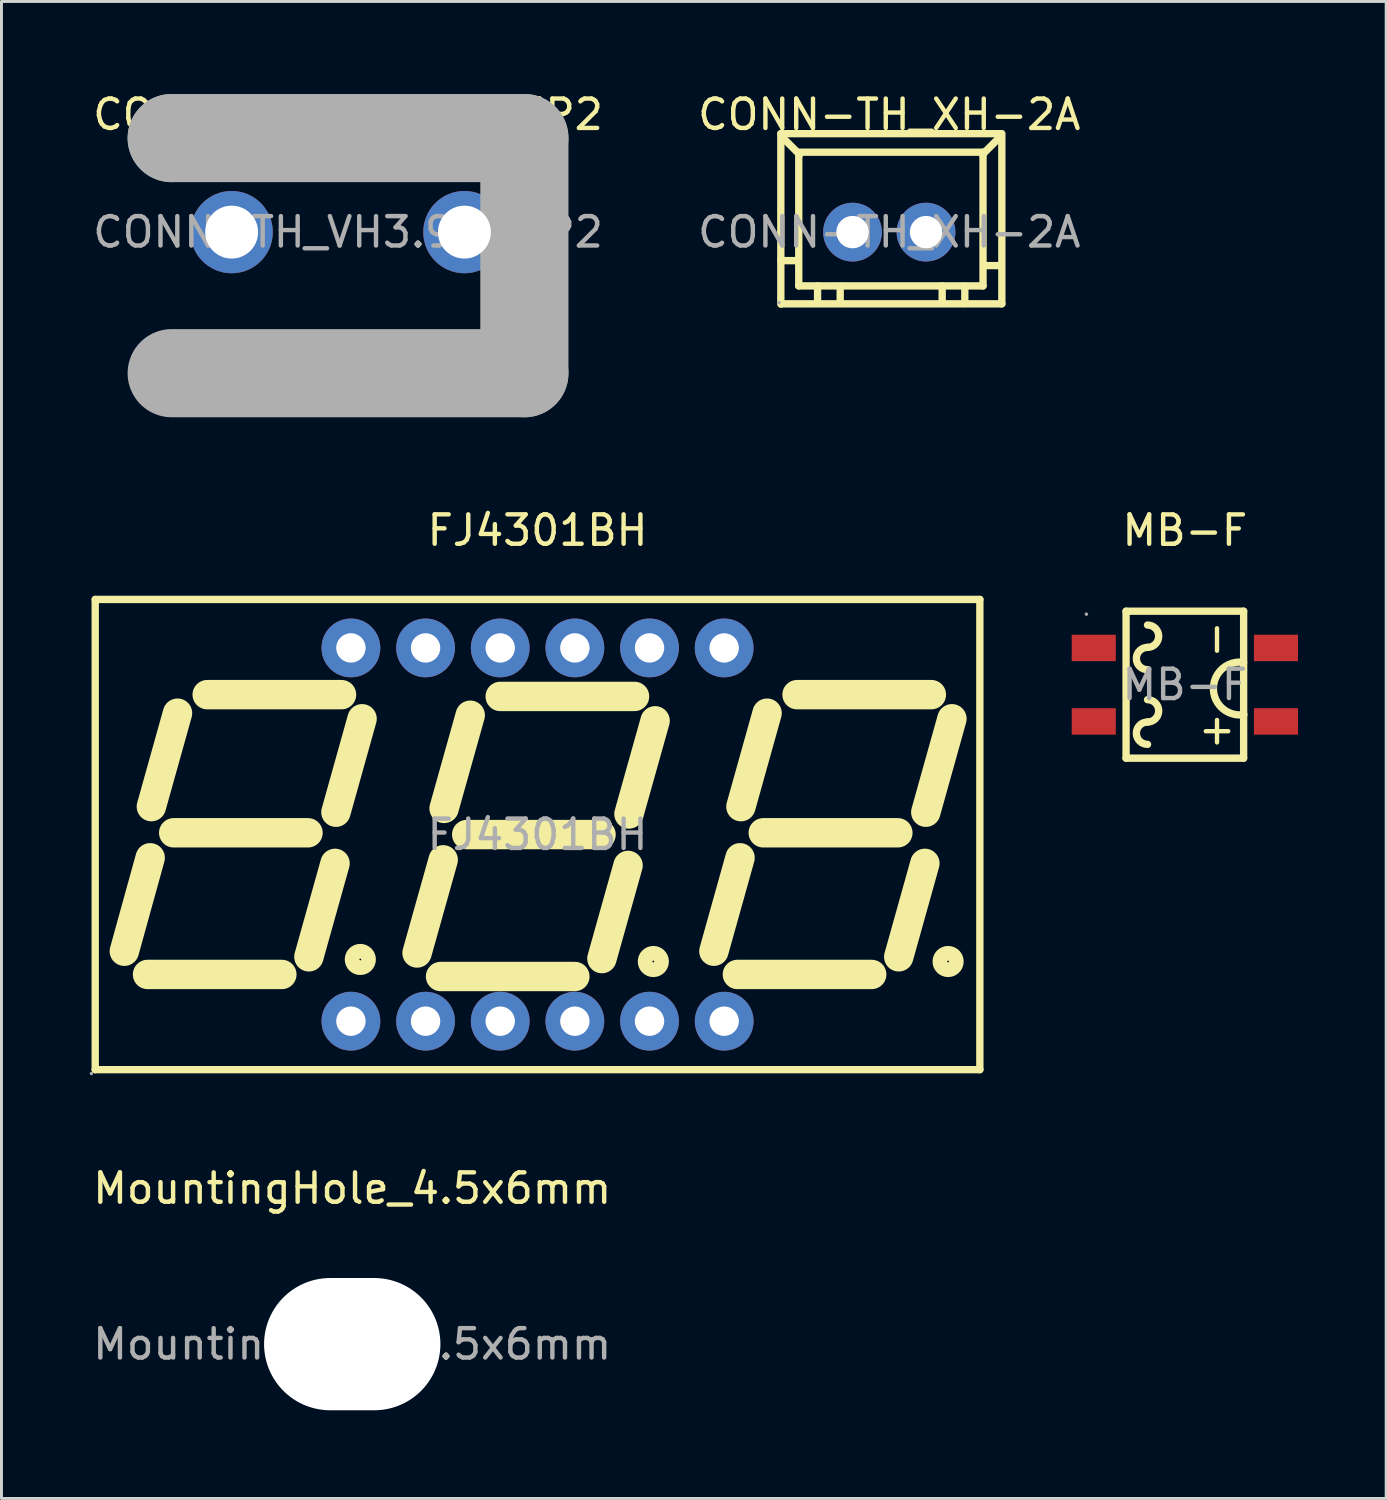
<source format=kicad_pcb>
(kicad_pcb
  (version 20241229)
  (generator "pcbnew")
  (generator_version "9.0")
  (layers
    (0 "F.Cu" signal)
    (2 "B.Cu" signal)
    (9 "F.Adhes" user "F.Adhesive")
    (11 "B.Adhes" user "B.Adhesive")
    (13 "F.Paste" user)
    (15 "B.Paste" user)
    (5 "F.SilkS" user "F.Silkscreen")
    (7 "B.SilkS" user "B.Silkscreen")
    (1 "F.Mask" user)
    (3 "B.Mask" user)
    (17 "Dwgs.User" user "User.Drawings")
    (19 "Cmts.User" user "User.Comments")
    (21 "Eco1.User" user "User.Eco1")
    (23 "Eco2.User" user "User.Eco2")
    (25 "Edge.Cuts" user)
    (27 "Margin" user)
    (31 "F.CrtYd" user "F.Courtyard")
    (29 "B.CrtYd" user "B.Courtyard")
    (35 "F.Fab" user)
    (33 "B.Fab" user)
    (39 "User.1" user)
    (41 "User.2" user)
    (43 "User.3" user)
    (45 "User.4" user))
  (footprint "CONN-TH_XH-2A"
    (layer "F.Cu")
    (at 27.208 4.848)
    (property "Reference" "CONN-TH_XH-2A" (at 0 -4 0) (layer "F.SilkS") (effects (font (size 1 1) (thickness 0.15))))
    (attr through_hole)
    (fp_line (start -3.69 -3.35) (end -3.69 2.45) (stroke (width 0.25) (type solid)) (layer "F.SilkS"))
    (fp_line (start -3.69 -3.35) (end 3.81 -3.35) (stroke (width 0.25) (type solid)) (layer "F.SilkS"))
    (fp_line (start -3.69 0.97) (end -3.1 0.97) (stroke (width 0.25) (type solid)) (layer "F.SilkS"))
    (fp_line (start -3.67 2.44) (end 3.83 2.44) (stroke (width 0.25) (type solid)) (layer "F.SilkS"))
    (fp_line (start -3.66 -3.33) (end -3.66 -3.25) (stroke (width 0.25) (type solid)) (layer "F.SilkS"))
    (fp_line (start -3.66 -3.25) (end -3.05 -2.64) (stroke (width 0.25) (type solid)) (layer "F.SilkS"))
    (fp_line (start -3.08 -2.72) (end 3.19 -2.72) (stroke (width 0.25) (type solid)) (layer "F.SilkS"))
    (fp_line (start -3.08 -2.69) (end -3.05 -2.69) (stroke (width 0.25) (type solid)) (layer "F.SilkS"))
    (fp_line (start -3.08 1.83) (end -3.08 -2.69) (stroke (width 0.25) (type solid)) (layer "F.SilkS"))
    (fp_line (start -2.44 2.41) (end -2.44 1.83) (stroke (width 0.25) (type solid)) (layer "F.SilkS"))
    (fp_line (start -1.67 2.43) (end -1.67 1.84) (stroke (width 0.25) (type solid)) (layer "F.SilkS"))
    (fp_line (start 1.8 2.41) (end 1.8 1.83) (stroke (width 0.25) (type solid)) (layer "F.SilkS"))
    (fp_line (start 2.57 2.43) (end 2.57 1.84) (stroke (width 0.25) (type solid)) (layer "F.SilkS"))
    (fp_line (start 3.19 -2.72) (end 3.19 1.83) (stroke (width 0.25) (type solid)) (layer "F.SilkS"))
    (fp_line (start 3.19 1.83) (end -3.08 1.83) (stroke (width 0.25) (type solid)) (layer "F.SilkS"))
    (fp_line (start 3.22 1.14) (end 3.8 1.14) (stroke (width 0.25) (type solid)) (layer "F.SilkS"))
    (fp_line (start 3.78 -3.33) (end 3.78 -3.25) (stroke (width 0.25) (type solid)) (layer "F.SilkS"))
    (fp_line (start 3.78 -3.25) (end 3.17 -2.64) (stroke (width 0.25) (type solid)) (layer "F.SilkS"))
    (fp_line (start 3.83 -3.35) (end 3.83 2.44) (stroke (width 0.25) (type solid)) (layer "F.SilkS"))
    (fp_circle (center -3.75 2.4) (end -3.72 2.4) (stroke (width 0.06) (type solid)) (fill no) (layer "F.Fab"))
    (fp_text user "${REFERENCE}" (at 0 0 0) (layer "F.Fab") (effects (font (size 1 1) (thickness 0.15))))
    (pad "1" thru_hole circle (at -1.25 0) (size 2 2) (drill 1.1) (layers "*.Cu" "*.Mask"))
    (pad "2" thru_hole circle (at 1.25 0) (size 2 2) (drill 1.1) (layers "*.Cu" "*.Mask")))
  (footprint "FJ4301BH"
    (layer "F.Cu")
    (at 15.24 25.346)
    (property "Reference" "FJ4301BH" (at 0 -10.35 0) (layer "F.SilkS") (effects (font (size 1 1) (thickness 0.15))))
    (attr through_hole)
    (fp_line (start -15.05 -8) (end -15.05 8) (stroke (width 0.25) (type solid)) (layer "F.SilkS"))
    (fp_line (start -15.05 -8) (end 15.05 -8) (stroke (width 0.25) (type solid)) (layer "F.SilkS"))
    (fp_line (start -13.27 4.76) (end -8.7 4.76) (stroke (width 1) (type solid)) (layer "F.SilkS"))
    (fp_line (start -13.18 0.79) (end -14.06 3.97) (stroke (width 1) (type solid)) (layer "F.SilkS"))
    (fp_line (start -12.38 -0.06) (end -7.81 -0.06) (stroke (width 1) (type solid)) (layer "F.SilkS"))
    (fp_line (start -12.25 -4.13) (end -13.14 -0.95) (stroke (width 1) (type solid)) (layer "F.SilkS"))
    (fp_line (start -11.24 -4.76) (end -6.67 -4.76) (stroke (width 1) (type solid)) (layer "F.SilkS"))
    (fp_line (start -6.89 0.98) (end -7.78 4.16) (stroke (width 1) (type solid)) (layer "F.SilkS"))
    (fp_line (start -5.97 -3.94) (end -6.86 -0.76) (stroke (width 1) (type solid)) (layer "F.SilkS"))
    (fp_line (start -3.3 4.83) (end 1.27 4.83) (stroke (width 1) (type solid)) (layer "F.SilkS"))
    (fp_line (start -3.21 0.86) (end -4.1 4.03) (stroke (width 1) (type solid)) (layer "F.SilkS"))
    (fp_line (start -2.41 0) (end 2.16 0) (stroke (width 1) (type solid)) (layer "F.SilkS"))
    (fp_line (start -2.29 -4.06) (end -3.18 -0.89) (stroke (width 1) (type solid)) (layer "F.SilkS"))
    (fp_line (start -1.27 -4.7) (end 3.3 -4.7) (stroke (width 1) (type solid)) (layer "F.SilkS"))
    (fp_line (start 3.08 1.05) (end 2.19 4.22) (stroke (width 1) (type solid)) (layer "F.SilkS"))
    (fp_line (start 4 -3.87) (end 3.11 -0.7) (stroke (width 1) (type solid)) (layer "F.SilkS"))
    (fp_line (start 6.8 4.76) (end 11.37 4.76) (stroke (width 1) (type solid)) (layer "F.SilkS"))
    (fp_line (start 6.89 0.79) (end 6 3.97) (stroke (width 1) (type solid)) (layer "F.SilkS"))
    (fp_line (start 7.68 -0.06) (end 12.26 -0.06) (stroke (width 1) (type solid)) (layer "F.SilkS"))
    (fp_line (start 7.81 -4.13) (end 6.92 -0.95) (stroke (width 1) (type solid)) (layer "F.SilkS"))
    (fp_line (start 8.83 -4.76) (end 13.4 -4.76) (stroke (width 1) (type solid)) (layer "F.SilkS"))
    (fp_line (start 13.18 0.98) (end 12.29 4.16) (stroke (width 1) (type solid)) (layer "F.SilkS"))
    (fp_line (start 14.1 -3.94) (end 13.21 -0.76) (stroke (width 1) (type solid)) (layer "F.SilkS"))
    (fp_line (start 15.05 -8) (end 15.05 8) (stroke (width 0.25) (type solid)) (layer "F.SilkS"))
    (fp_line (start 15.05 8) (end -15.05 8) (stroke (width 0.25) (type solid)) (layer "F.SilkS"))
    (fp_circle (center -6.03 4.25) (end -5.75 4.25) (stroke (width 0.5) (type solid)) (fill no) (layer "F.SilkS"))
    (fp_circle (center 3.94 4.32) (end 4.22 4.32) (stroke (width 0.5) (type solid)) (fill no) (layer "F.SilkS"))
    (fp_circle (center 13.97 4.32) (end 14.25 4.32) (stroke (width 0.5) (type solid)) (fill no) (layer "F.SilkS"))
    (fp_circle (center -15.18 8.13) (end -15.15 8.13) (stroke (width 0.06) (type solid)) (fill no) (layer "F.Fab"))
    (fp_circle (center -6.35 -6.35) (end -6.15 -6.35) (stroke (width 0.4) (type solid)) (fill no) (layer "F.Fab"))
    (fp_circle (center -6.35 6.35) (end -6.15 6.35) (stroke (width 0.4) (type solid)) (fill no) (layer "F.Fab"))
    (fp_circle (center -3.81 -6.35) (end -3.61 -6.35) (stroke (width 0.4) (type solid)) (fill no) (layer "F.Fab"))
    (fp_circle (center -3.81 6.35) (end -3.61 6.35) (stroke (width 0.4) (type solid)) (fill no) (layer "F.Fab"))
    (fp_circle (center -1.27 -6.35) (end -1.07 -6.35) (stroke (width 0.4) (type solid)) (fill no) (layer "F.Fab"))
    (fp_circle (center -1.27 6.35) (end -1.07 6.35) (stroke (width 0.4) (type solid)) (fill no) (layer "F.Fab"))
    (fp_circle (center 1.27 -6.35) (end 1.47 -6.35) (stroke (width 0.4) (type solid)) (fill no) (layer "F.Fab"))
    (fp_circle (center 1.27 6.35) (end 1.47 6.35) (stroke (width 0.4) (type solid)) (fill no) (layer "F.Fab"))
    (fp_circle (center 3.81 -6.35) (end 4.01 -6.35) (stroke (width 0.4) (type solid)) (fill no) (layer "F.Fab"))
    (fp_circle (center 3.81 6.35) (end 4.01 6.35) (stroke (width 0.4) (type solid)) (fill no) (layer "F.Fab"))
    (fp_circle (center 6.35 -6.35) (end 6.55 -6.35) (stroke (width 0.4) (type solid)) (fill no) (layer "F.Fab"))
    (fp_circle (center 6.35 6.35) (end 6.55 6.35) (stroke (width 0.4) (type solid)) (fill no) (layer "F.Fab"))
    (fp_text user "${REFERENCE}" (at 0 0 0) (layer "F.Fab") (effects (font (size 1 1) (thickness 0.15))))
    (pad "1" thru_hole circle (at -6.35 6.35) (size 2 2) (drill 1) (layers "*.Cu" "*.Mask"))
    (pad "2" thru_hole circle (at -3.81 6.35) (size 2 2) (drill 1) (layers "*.Cu" "*.Mask"))
    (pad "3" thru_hole circle (at -1.27 6.35) (size 2 2) (drill 1) (layers "*.Cu" "*.Mask"))
    (pad "4" thru_hole circle (at 1.27 6.35) (size 2 2) (drill 1) (layers "*.Cu" "*.Mask"))
    (pad "5" thru_hole circle (at 3.81 6.35) (size 2 2) (drill 1) (layers "*.Cu" "*.Mask"))
    (pad "6" thru_hole circle (at 6.35 6.35) (size 2 2) (drill 1) (layers "*.Cu" "*.Mask"))
    (pad "7" thru_hole circle (at 6.35 -6.35) (size 2 2) (drill 1) (layers "*.Cu" "*.Mask"))
    (pad "8" thru_hole circle (at 3.81 -6.35) (size 2 2) (drill 1) (layers "*.Cu" "*.Mask"))
    (pad "9" thru_hole circle (at 1.27 -6.35) (size 2 2) (drill 1) (layers "*.Cu" "*.Mask"))
    (pad "10" thru_hole circle (at -1.27 -6.35) (size 2 2) (drill 1) (layers "*.Cu" "*.Mask"))
    (pad "11" thru_hole circle (at -3.81 -6.35) (size 2 2) (drill 1) (layers "*.Cu" "*.Mask"))
    (pad "12" thru_hole circle (at -6.35 -6.35) (size 2 2) (drill 1) (layers "*.Cu" "*.Mask")))
  (footprint "MountingHole_4.5x6mm"
    (layer "F.Cu")
    (at 8.935 42.685)
    (property "Reference" "MountingHole_4.5x6mm" (at 0 -5.3 0) (layer "F.SilkS") (effects (font (size 1 1) (thickness 0.15))))
    (attr exclude_from_pos_files exclude_from_bom)
    (fp_text user "${REFERENCE}" (at 0 0 0) (layer "F.Fab") (effects (font (size 1 1) (thickness 0.15))))
    (pad "" np_thru_hole oval (at 0 0) (size 6 4.5) (drill oval 6 4.5) (layers "*.Cu" "*.Mask")))
  (footprint "CONN-TH_VH3.96-3P2"
    (layer "F.Cu")
    (at 8.792 4.848)
    (property "Reference" "CONN-TH_VH3.96-3P2" (at 0 -4 0) (layer "F.SilkS") (effects (font (size 1 1) (thickness 0.15))))
    (attr smd)
    (fp_line (start -5.84 -2.03) (end 5.84 -2.03) (stroke (width 0.25) (type solid)) (layer "F.SilkS"))
    (fp_line (start -6 -3.2) (end -6 -3.2) (stroke (width 3) (type solid)) (layer "F.Fab"))
    (fp_line (start -6 -3.2) (end 6 -3.2) (stroke (width 3) (type solid)) (layer "F.Fab"))
    (fp_line (start 6 -3.2) (end 6 4.8) (stroke (width 3) (type solid)) (layer "F.Fab"))
    (fp_line (start 6 4.8) (end -6 4.8) (stroke (width 3) (type solid)) (layer "F.Fab"))
    (fp_circle (center -5.96 4.8) (end -5.93 4.8) (stroke (width 0.06) (type solid)) (fill no) (layer "F.Fab"))
    (fp_text user "${REFERENCE}" (at 0 0 0) (layer "F.Fab") (effects (font (size 1 1) (thickness 0.15))))
    (pad "1" thru_hole circle (at -3.96 0) (size 2.8 2.8) (drill 1.8) (layers "*.Cu" "*.Paste" "*.Mask"))
    (pad "2" thru_hole circle (at 3.96 0) (size 2.8 2.8) (drill 1.8) (layers "*.Cu" "*.Paste" "*.Mask")))
  (footprint "MB-F"
    (layer "F.Cu")
    (at 37.265 20.247)
    (property "Reference" "MB-F" (at 0 -5.25 0) (layer "F.SilkS") (effects (font (size 1 1) (thickness 0.15))))
    (attr smd)
    (fp_line (start -2 -2.5) (end -2 2.5) (stroke (width 0.25) (type solid)) (layer "F.SilkS"))
    (fp_line (start -2 -2.5) (end 2 -2.5) (stroke (width 0.25) (type solid)) (layer "F.SilkS"))
    (fp_line (start 2 2.5) (end -2 2.5) (stroke (width 0.25) (type solid)) (layer "F.SilkS"))
    (fp_line (start 2 2.5) (end 2 -2.5) (stroke (width 0.25) (type solid)) (layer "F.SilkS"))
    (fp_arc (start -1.27 -2.03) (mid -0.89 -1.65) (end -1.27 -1.27) (stroke (width 0.25) (type solid)) (layer "F.SilkS"))
    (fp_arc (start -1.27 -0.51) (mid -1.65 -0.89) (end -1.27 -1.27) (stroke (width 0.25) (type solid)) (layer "F.SilkS"))
    (fp_arc (start -1.27 0.51) (mid -0.89 0.89) (end -1.27 1.27) (stroke (width 0.25) (type solid)) (layer "F.SilkS"))
    (fp_arc (start -1.27 2.03) (mid -1.65 1.65) (end -1.27 1.27) (stroke (width 0.25) (type solid)) (layer "F.SilkS"))
    (fp_arc (start 2.007443 1.018881) (mid 0.970564 0.133763) (end 2 -0.76) (stroke (width 0.25) (type solid)) (layer "F.SilkS"))
    (fp_circle (center -3.35 -2.4) (end -3.32 -2.4) (stroke (width 0.06) (type solid)) (fill no) (layer "F.Fab"))
    (fp_text user "-" (at 1.02 -0.82 90) (layer "F.SilkS") (effects (font (size 1 1) (thickness 0.15)) (justify left)))
    (fp_text user "+" (at 1.02 2.3 270) (layer "F.SilkS") (effects (font (size 1 1) (thickness 0.15)) (justify left)))
    (fp_text user "${REFERENCE}" (at 0 0 0) (layer "F.Fab") (effects (font (size 1 1) (thickness 0.15))))
    (pad "1" smd rect (at -3.1 -1.25 180) (size 1.5 0.9) (layers "F.Cu" "F.Mask" "F.Paste"))
    (pad "2" smd rect (at -3.1 1.25 180) (size 1.5 0.9) (layers "F.Cu" "F.Mask" "F.Paste"))
    (pad "3" smd rect (at 3.1 1.25 180) (size 1.5 0.9) (layers "F.Cu" "F.Mask" "F.Paste"))
    (pad "4" smd rect (at 3.1 -1.25 180) (size 1.5 0.9) (layers "F.Cu" "F.Mask" "F.Paste")))
  (gr_rect
    (start -3 -3)
    (end 44.115 47.935)
    (stroke (width 0.1) (type default))
    (fill no)
    (layer "Edge.Cuts")))
</source>
